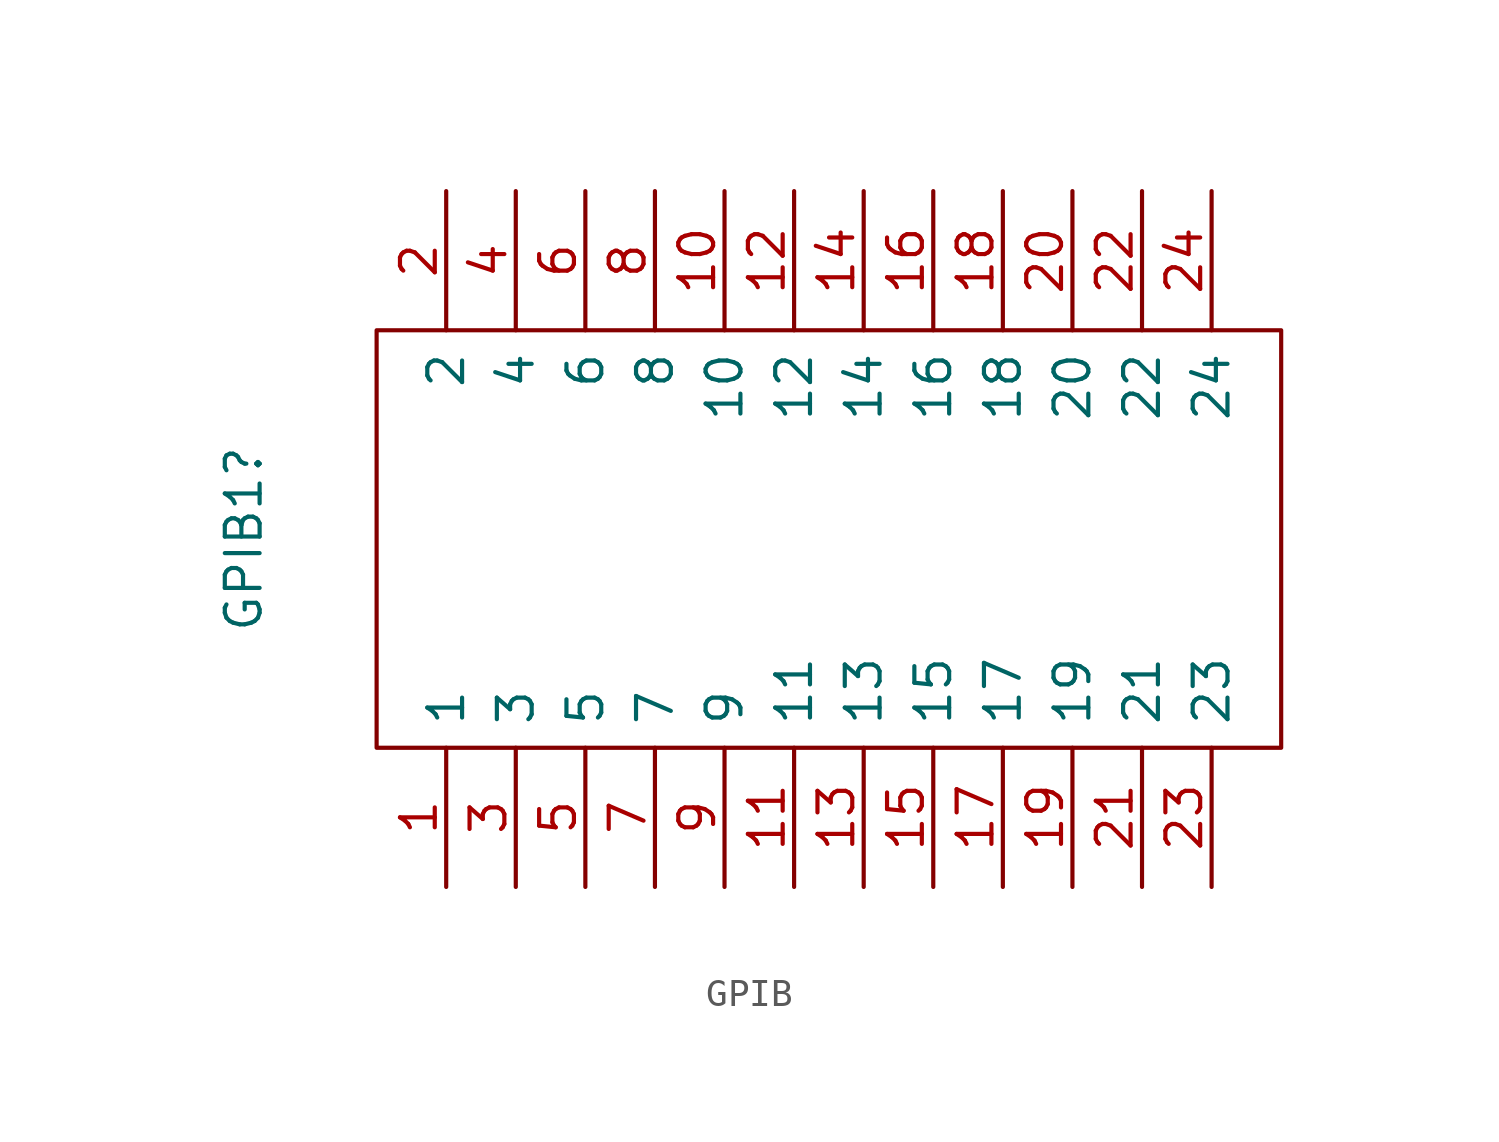
<source format=kicad_sym>
(kicad_symbol_lib
  (version 20241209)
  (generator "kicad_symbol_editor")
  (generator_version "9.0")
  (symbol "GPIB"
    (pin_names
      (offset 0.762))
    (property "Reference" "GPIB1"
      (at 0.229 0 90)
      (effects (font (size 1.27 1.27))))
    (symbol "GPIB_0_0"
      (pin passive line (at 7.62 12.7 270) (length 5.08) (name "2" (effects (font (size 1.27 1.27)))) (number "2" (effects (font (size 1.27 1.27)))))
      (pin passive line (at 7.62 -12.7 90) (length 5.08) (name "1" (effects (font (size 1.27 1.27)))) (number "1" (effects (font (size 1.27 1.27)))))
      (pin passive line (at 10.16 12.7 270) (length 5.08) (name "4" (effects (font (size 1.27 1.27)))) (number "4" (effects (font (size 1.27 1.27)))))
      (pin passive line (at 10.16 -12.7 90) (length 5.08) (name "3" (effects (font (size 1.27 1.27)))) (number "3" (effects (font (size 1.27 1.27)))))
      (pin passive line (at 12.7 12.7 270) (length 5.08) (name "6" (effects (font (size 1.27 1.27)))) (number "6" (effects (font (size 1.27 1.27)))))
      (pin passive line (at 12.7 -12.7 90) (length 5.08) (name "5" (effects (font (size 1.27 1.27)))) (number "5" (effects (font (size 1.27 1.27)))))
      (pin passive line (at 15.24 12.7 270) (length 5.08) (name "8" (effects (font (size 1.27 1.27)))) (number "8" (effects (font (size 1.27 1.27)))))
      (pin passive line (at 15.24 -12.7 90) (length 5.08) (name "7" (effects (font (size 1.27 1.27)))) (number "7" (effects (font (size 1.27 1.27)))))
      (pin passive line (at 17.78 12.7 270) (length 5.08) (name "10" (effects (font (size 1.27 1.27)))) (number "10" (effects (font (size 1.27 1.27)))))
      (pin passive line (at 17.78 -12.7 90) (length 5.08) (name "9" (effects (font (size 1.27 1.27)))) (number "9" (effects (font (size 1.27 1.27)))))
      (pin passive line (at 20.32 12.7 270) (length 5.08) (name "12" (effects (font (size 1.27 1.27)))) (number "12" (effects (font (size 1.27 1.27)))))
      (pin passive line (at 20.32 -12.7 90) (length 5.08) (name "11" (effects (font (size 1.27 1.27)))) (number "11" (effects (font (size 1.27 1.27)))))
      (pin passive line (at 22.86 12.7 270) (length 5.08) (name "14" (effects (font (size 1.27 1.27)))) (number "14" (effects (font (size 1.27 1.27)))))
      (pin passive line (at 22.86 -12.7 90) (length 5.08) (name "13" (effects (font (size 1.27 1.27)))) (number "13" (effects (font (size 1.27 1.27)))))
      (pin passive line (at 25.4 12.7 270) (length 5.08) (name "16" (effects (font (size 1.27 1.27)))) (number "16" (effects (font (size 1.27 1.27)))))
      (pin passive line (at 25.4 -12.7 90) (length 5.08) (name "15" (effects (font (size 1.27 1.27)))) (number "15" (effects (font (size 1.27 1.27)))))
      (pin passive line (at 27.94 12.7 270) (length 5.08) (name "18" (effects (font (size 1.27 1.27)))) (number "18" (effects (font (size 1.27 1.27)))))
      (pin passive line (at 27.94 -12.7 90) (length 5.08) (name "17" (effects (font (size 1.27 1.27)))) (number "17" (effects (font (size 1.27 1.27)))))
      (pin passive line (at 30.48 12.7 270) (length 5.08) (name "20" (effects (font (size 1.27 1.27)))) (number "20" (effects (font (size 1.27 1.27)))))
      (pin passive line (at 30.48 -12.7 90) (length 5.08) (name "19" (effects (font (size 1.27 1.27)))) (number "19" (effects (font (size 1.27 1.27)))))
      (pin passive line (at 33.02 12.7 270) (length 5.08) (name "22" (effects (font (size 1.27 1.27)))) (number "22" (effects (font (size 1.27 1.27)))))
      (pin passive line (at 33.02 -12.7 90) (length 5.08) (name "21" (effects (font (size 1.27 1.27)))) (number "21" (effects (font (size 1.27 1.27)))))
      (pin passive line (at 35.56 12.7 270) (length 5.08) (name "24" (effects (font (size 1.27 1.27)))) (number "24" (effects (font (size 1.27 1.27)))))
      (pin passive line (at 35.56 -12.7 90) (length 5.08) (name "23" (effects (font (size 1.27 1.27)))) (number "23" (effects (font (size 1.27 1.27))))))
    (symbol "GPIB_0_1"
      (polyline (pts (xy 5.08 7.62) (xy 38.1 7.62) (xy 38.1 -7.62) (xy 5.08 -7.62) (xy 5.08 7.62)) (stroke (width 0.152) (type default)) (fill (type none))))))
</source>
